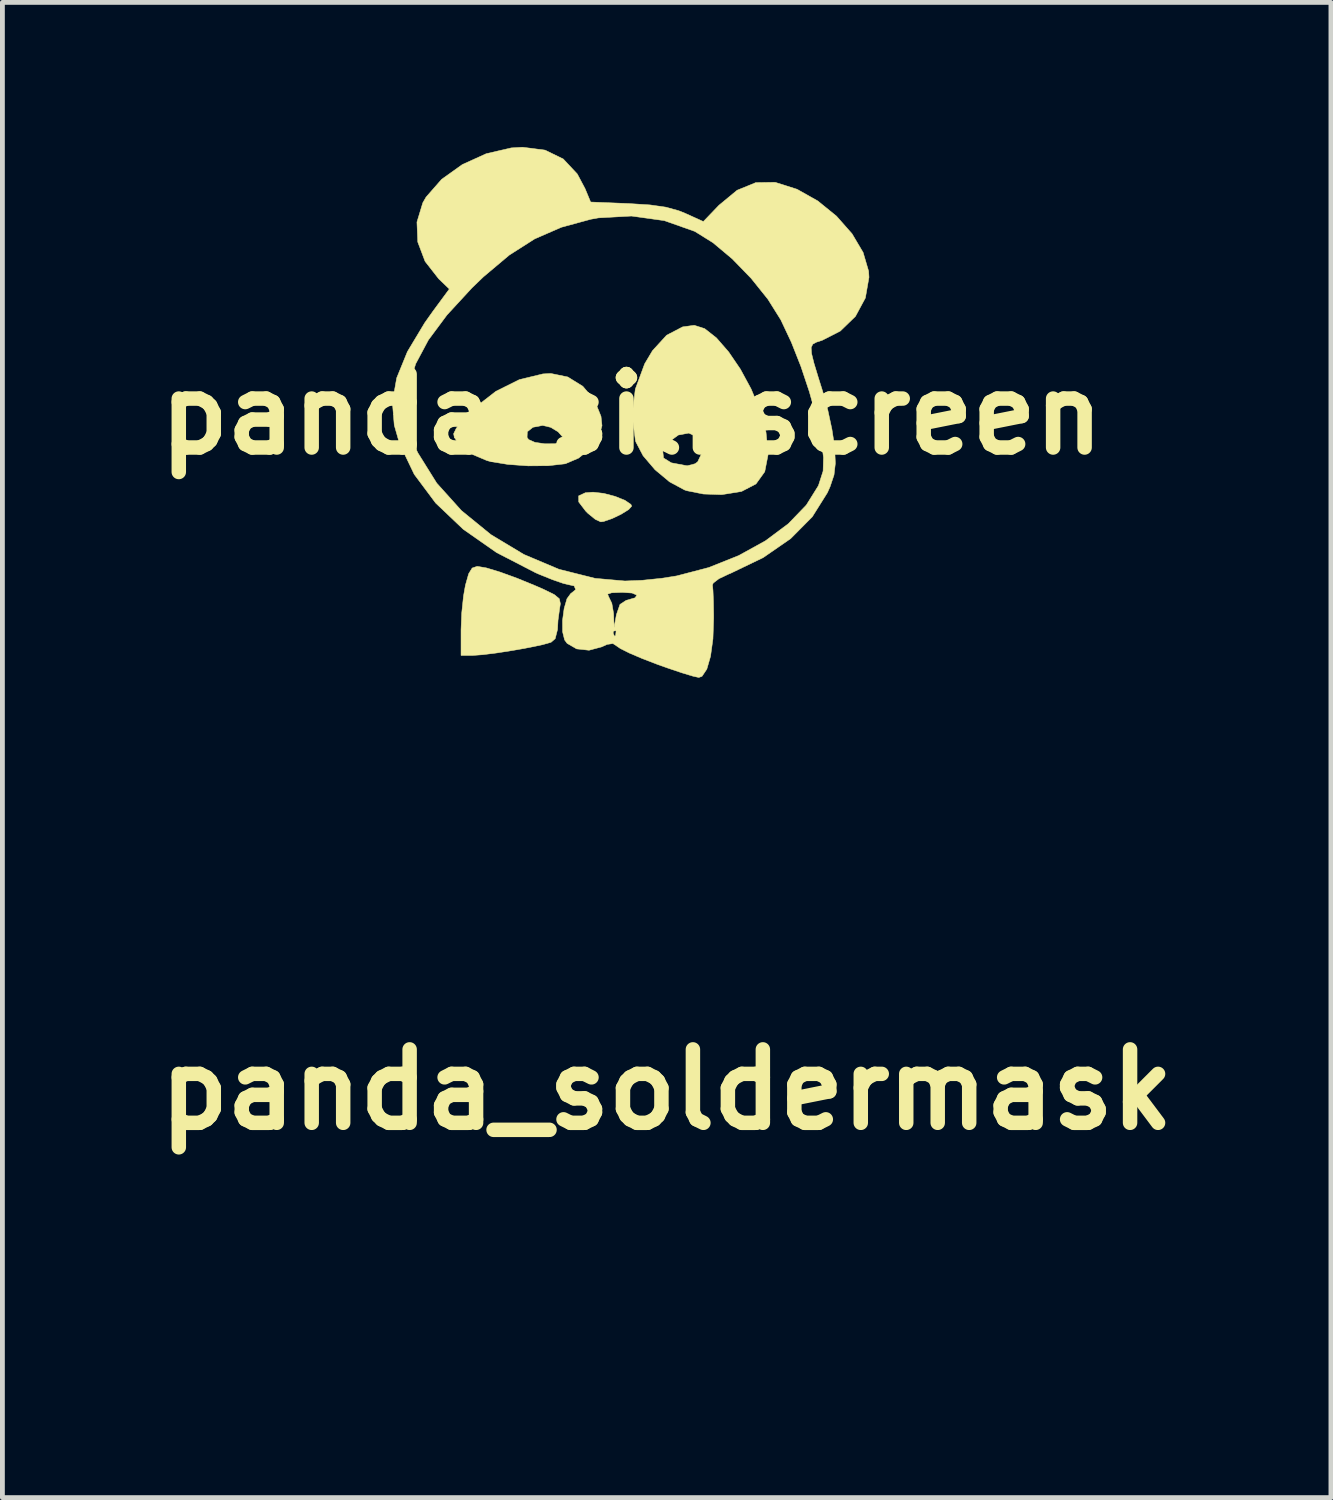
<source format=kicad_pcb>
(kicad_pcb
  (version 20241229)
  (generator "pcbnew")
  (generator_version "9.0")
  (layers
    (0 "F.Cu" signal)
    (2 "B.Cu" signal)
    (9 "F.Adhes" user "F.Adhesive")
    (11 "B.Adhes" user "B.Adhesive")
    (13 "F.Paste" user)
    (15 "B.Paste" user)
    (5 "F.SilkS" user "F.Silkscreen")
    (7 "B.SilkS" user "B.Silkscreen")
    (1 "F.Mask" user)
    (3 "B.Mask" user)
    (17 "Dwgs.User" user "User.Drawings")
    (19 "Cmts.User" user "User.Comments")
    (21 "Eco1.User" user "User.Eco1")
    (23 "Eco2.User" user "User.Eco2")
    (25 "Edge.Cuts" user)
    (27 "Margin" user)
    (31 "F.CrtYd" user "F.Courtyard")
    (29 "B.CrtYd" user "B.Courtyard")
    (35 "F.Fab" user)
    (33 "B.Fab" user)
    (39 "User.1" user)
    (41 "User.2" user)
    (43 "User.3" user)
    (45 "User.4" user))
  (footprint "panda_silkscreen"
    (layer "F.Cu")
    (at 10.058 5.547)
    (property "Reference" "panda_silkscreen" (at 0 0 0) (layer "F.SilkS") (effects (font (size 1.524 1.524) (thickness 0.3))))
    (attr through_hole)
    (fp_poly (pts (xy -0.581 1.641) (xy -0.344 1.703) (xy -0.14 1.785) (xy -0.016 1.87) (xy 0 1.906) (xy -0.063 1.977) (xy -0.218 2.073) (xy -0.408 2.164) (xy -0.579 2.223) (xy -0.642 2.232) (xy -0.755 2.18) (xy -0.912 2.052) (xy -0.956 2.007) (xy -1.099 1.819) (xy -1.101 1.693) (xy -0.962 1.628) (xy -0.801 1.616) (xy -0.581 1.641)) (stroke (width 0.01) (type solid)) (fill yes) (layer "F.SilkS"))
    (fp_poly (pts (xy -3.017 3.187) (xy -2.73 3.274) (xy -2.373 3.404) (xy -1.981 3.565) (xy -1.822 3.635) (xy -1.606 3.741) (xy -1.502 3.827) (xy -1.48 3.93) (xy -1.495 4.028) (xy -1.529 4.277) (xy -1.539 4.466) (xy -1.588 4.657) (xy -1.674 4.731) (xy -1.847 4.78) (xy -2.123 4.838) (xy -2.455 4.898) (xy -2.793 4.951) (xy -3.087 4.988) (xy -3.29 5.003) (xy -3.29 5.003) (xy -3.541 5.003) (xy -3.541 4.47) (xy -3.527 4.124) (xy -3.49 3.772) (xy -3.45 3.546) (xy -3.383 3.309) (xy -3.31 3.19) (xy -3.209 3.156) (xy -3.2 3.156) (xy -3.017 3.187)) (stroke (width 0.01) (type solid)) (fill yes) (layer "F.SilkS"))
    (fp_poly (pts (xy -1.327 -0.775) (xy -1.015 -0.582) (xy -0.775 -0.299) (xy -0.637 0.042) (xy -0.616 0.237) (xy -0.683 0.474) (xy -0.859 0.712) (xy -1.102 0.909) (xy -1.374 1.025) (xy -1.389 1.028) (xy -1.732 1.067) (xy -2.148 1.07) (xy -2.567 1.04) (xy -2.923 0.982) (xy -3.004 0.96) (xy -3.316 0.828) (xy -3.552 0.66) (xy -3.68 0.481) (xy -3.68 0.48) (xy -2.171 0.48) (xy -2.138 0.525) (xy -2.008 0.582) (xy -1.803 0.612) (xy -1.593 0.611) (xy -1.45 0.575) (xy -1.437 0.564) (xy -1.431 0.473) (xy -1.526 0.364) (xy -1.679 0.271) (xy -1.845 0.231) (xy -1.85 0.231) (xy -2.049 0.269) (xy -2.166 0.362) (xy -2.171 0.48) (xy -3.68 0.48) (xy -3.695 0.404) (xy -3.641 0.292) (xy -3.501 0.113) (xy -3.303 -0.095) (xy -3.269 -0.127) (xy -2.817 -0.478) (xy -2.33 -0.72) (xy -1.843 -0.838) (xy -1.678 -0.847) (xy -1.327 -0.775)) (stroke (width 0.01) (type solid)) (fill yes) (layer "F.SilkS"))
    (fp_poly (pts (xy 1.514 -1.778) (xy 1.758 -1.586) (xy 2.01 -1.297) (xy 2.256 -0.936) (xy 2.477 -0.528) (xy 2.656 -0.1) (xy 2.777 0.324) (xy 2.788 0.379) (xy 2.83 0.839) (xy 2.761 1.192) (xy 2.579 1.445) (xy 2.279 1.601) (xy 1.868 1.667) (xy 1.486 1.654) (xy 1.141 1.585) (xy 1.096 1.569) (xy 0.786 1.402) (xy 0.485 1.151) (xy 0.237 0.86) (xy 0.186 0.763) (xy 0.645 0.763) (xy 0.661 0.907) (xy 0.823 1.007) (xy 1.132 1.065) (xy 1.158 1.067) (xy 1.315 1.026) (xy 1.37 0.985) (xy 1.453 0.809) (xy 1.44 0.601) (xy 1.37 0.477) (xy 1.186 0.39) (xy 0.968 0.43) (xy 0.773 0.573) (xy 0.645 0.763) (xy 0.186 0.763) (xy 0.086 0.573) (xy 0.078 0.546) (xy 0.009 0.022) (xy 0.075 -0.522) (xy 0.269 -1.047) (xy 0.432 -1.321) (xy 0.725 -1.641) (xy 1.057 -1.814) (xy 1.298 -1.847) (xy 1.514 -1.778)) (stroke (width 0.01) (type solid)) (fill yes) (layer "F.SilkS"))
    (fp_poly (pts (xy -1.797 -5.482) (xy -1.42 -5.298) (xy -1.129 -4.987) (xy -0.968 -4.684) (xy -0.852 -4.405) (xy -0.06 -4.373) (xy 0.38 -4.345) (xy 0.711 -4.298) (xy 0.977 -4.224) (xy 1.109 -4.171) (xy 1.487 -4) (xy 1.811 -4.338) (xy 2.187 -4.649) (xy 2.575 -4.808) (xy 2.971 -4.814) (xy 2.983 -4.812) (xy 3.431 -4.67) (xy 3.861 -4.428) (xy 4.25 -4.112) (xy 4.572 -3.747) (xy 4.802 -3.359) (xy 4.916 -2.971) (xy 4.924 -2.843) (xy 4.849 -2.414) (xy 4.643 -2.032) (xy 4.328 -1.727) (xy 3.952 -1.535) (xy 3.834 -1.497) (xy 3.758 -1.456) (xy 3.724 -1.386) (xy 3.732 -1.263) (xy 3.782 -1.061) (xy 3.875 -0.755) (xy 3.967 -0.462) (xy 4.07 -0.086) (xy 4.155 0.312) (xy 4.208 0.654) (xy 4.212 0.703) (xy 4.226 1.019) (xy 4.198 1.26) (xy 4.117 1.501) (xy 4.061 1.627) (xy 3.748 2.126) (xy 3.299 2.579) (xy 2.728 2.974) (xy 2.049 3.301) (xy 2.011 3.316) (xy 1.811 3.411) (xy 1.692 3.502) (xy 1.676 3.542) (xy 1.687 3.657) (xy 1.696 3.881) (xy 1.701 4.171) (xy 1.701 4.23) (xy 1.686 4.661) (xy 1.636 5.022) (xy 1.559 5.288) (xy 1.459 5.437) (xy 1.393 5.461) (xy 1.271 5.434) (xy 1.043 5.365) (xy 0.746 5.265) (xy 0.543 5.193) (xy 0.223 5.07) (xy -0.049 4.954) (xy -0.236 4.86) (xy -0.291 4.822) (xy -0.389 4.757) (xy -0.511 4.775) (xy -0.623 4.826) (xy -0.885 4.896) (xy -1.142 4.868) (xy -1.34 4.753) (xy -1.392 4.682) (xy -1.427 4.541) (xy -0.385 4.541) (xy -0.357 4.605) (xy -0.334 4.593) (xy -0.324 4.501) (xy -0.334 4.49) (xy -0.379 4.5) (xy -0.385 4.541) (xy -1.427 4.541) (xy -1.434 4.512) (xy -1.435 4.276) (xy -1.402 4.03) (xy -1.343 3.827) (xy -1.273 3.731) (xy -0.5 3.731) (xy -0.477 3.787) (xy -0.477 3.787) (xy -0.412 3.922) (xy -0.376 4.13) (xy -0.375 4.153) (xy -0.365 4.426) (xy -0.317 4.157) (xy -0.243 3.945) (xy -0.115 3.861) (xy 0.069 3.808) (xy 0.108 3.752) (xy 0.008 3.709) (xy -0.192 3.695) (xy -0.413 3.703) (xy -0.5 3.731) (xy -1.273 3.731) (xy -1.266 3.721) (xy -1.262 3.719) (xy -1.162 3.638) (xy -1.194 3.561) (xy -1.289 3.54) (xy -1.42 3.509) (xy -1.647 3.43) (xy -1.927 3.317) (xy -2.001 3.284) (xy -2.804 2.869) (xy -3.496 2.385) (xy -4.068 1.841) (xy -4.512 1.246) (xy -4.817 0.609) (xy -4.927 0.225) (xy -4.945 0.004) (xy -4.691 0.004) (xy -4.675 0.208) (xy -4.615 0.412) (xy -4.499 0.673) (xy -4.435 0.804) (xy -4.045 1.429) (xy -3.532 1.999) (xy -2.921 2.497) (xy -2.238 2.908) (xy -1.509 3.216) (xy -0.76 3.404) (xy -0.141 3.459) (xy 0.213 3.445) (xy 0.621 3.403) (xy 0.936 3.353) (xy 1.601 3.179) (xy 2.221 2.931) (xy 2.777 2.624) (xy 3.251 2.27) (xy 3.623 1.884) (xy 3.875 1.48) (xy 3.972 1.178) (xy 3.98 0.896) (xy 3.93 0.507) (xy 3.829 0.042) (xy 3.687 -0.467) (xy 3.513 -0.989) (xy 3.314 -1.493) (xy 3.1 -1.948) (xy 3.095 -1.959) (xy 2.827 -2.387) (xy 2.479 -2.821) (xy 2.087 -3.225) (xy 1.686 -3.561) (xy 1.312 -3.794) (xy 1.308 -3.796) (xy 0.677 -4.019) (xy -0.004 -4.114) (xy -0.69 -4.076) (xy -0.847 -4.048) (xy -1.46 -3.881) (xy -2.013 -3.64) (xy -2.54 -3.304) (xy -3.075 -2.854) (xy -3.315 -2.623) (xy -3.832 -2.062) (xy -4.218 -1.543) (xy -4.482 -1.048) (xy -4.635 -0.559) (xy -4.677 -0.257) (xy -4.691 0.004) (xy -4.945 0.004) (xy -4.966 -0.25) (xy -4.876 -0.755) (xy -4.654 -1.3) (xy -4.296 -1.896) (xy -4.132 -2.128) (xy -3.784 -2.6) (xy -4.005 -2.812) (xy -4.287 -3.173) (xy -4.439 -3.575) (xy -4.456 -3.989) (xy -4.335 -4.388) (xy -4.267 -4.507) (xy -3.944 -4.876) (xy -3.514 -5.183) (xy -3.018 -5.408) (xy -2.499 -5.528) (xy -2.264 -5.542) (xy -1.797 -5.482)) (stroke (width 0.01) (type solid)) (fill yes) (layer "F.SilkS")))
  (footprint "panda_soldermask"
    (layer "F.Cu")
    (at 10.784 19.56)
    (property "Reference" "panda_soldermask" (at 0 0 0) (layer "F.SilkS") (effects (font (size 1.524 1.524) (thickness 0.3))))
    (attr through_hole)
    (fp_poly (pts (xy -0.581 1.641) (xy -0.344 1.703) (xy -0.14 1.785) (xy -0.016 1.87) (xy 0 1.906) (xy -0.063 1.977) (xy -0.218 2.073) (xy -0.408 2.164) (xy -0.579 2.223) (xy -0.642 2.232) (xy -0.755 2.18) (xy -0.912 2.052) (xy -0.956 2.007) (xy -1.099 1.819) (xy -1.101 1.693) (xy -0.962 1.628) (xy -0.801 1.616) (xy -0.581 1.641)) (stroke (width 0.01) (type solid)) (fill yes) (layer "F.Mask"))
    (fp_poly (pts (xy -3.017 3.187) (xy -2.73 3.274) (xy -2.373 3.404) (xy -1.981 3.565) (xy -1.822 3.635) (xy -1.606 3.741) (xy -1.502 3.827) (xy -1.48 3.93) (xy -1.495 4.028) (xy -1.529 4.277) (xy -1.539 4.466) (xy -1.588 4.657) (xy -1.674 4.731) (xy -1.847 4.78) (xy -2.123 4.838) (xy -2.455 4.898) (xy -2.793 4.951) (xy -3.087 4.988) (xy -3.29 5.003) (xy -3.29 5.003) (xy -3.541 5.003) (xy -3.541 4.47) (xy -3.527 4.124) (xy -3.49 3.772) (xy -3.45 3.546) (xy -3.383 3.309) (xy -3.31 3.19) (xy -3.209 3.156) (xy -3.2 3.156) (xy -3.017 3.187)) (stroke (width 0.01) (type solid)) (fill yes) (layer "F.Mask"))
    (fp_poly (pts (xy -1.327 -0.775) (xy -1.015 -0.582) (xy -0.775 -0.299) (xy -0.637 0.042) (xy -0.616 0.237) (xy -0.683 0.474) (xy -0.859 0.712) (xy -1.102 0.909) (xy -1.374 1.025) (xy -1.389 1.028) (xy -1.732 1.067) (xy -2.148 1.07) (xy -2.567 1.04) (xy -2.923 0.982) (xy -3.004 0.96) (xy -3.316 0.828) (xy -3.552 0.66) (xy -3.68 0.481) (xy -3.68 0.48) (xy -2.171 0.48) (xy -2.138 0.525) (xy -2.008 0.582) (xy -1.803 0.612) (xy -1.593 0.611) (xy -1.45 0.575) (xy -1.437 0.564) (xy -1.431 0.473) (xy -1.526 0.364) (xy -1.679 0.271) (xy -1.845 0.231) (xy -1.85 0.231) (xy -2.049 0.269) (xy -2.166 0.362) (xy -2.171 0.48) (xy -3.68 0.48) (xy -3.695 0.404) (xy -3.641 0.292) (xy -3.501 0.113) (xy -3.303 -0.095) (xy -3.269 -0.127) (xy -2.817 -0.478) (xy -2.33 -0.72) (xy -1.843 -0.838) (xy -1.678 -0.847) (xy -1.327 -0.775)) (stroke (width 0.01) (type solid)) (fill yes) (layer "F.Mask"))
    (fp_poly (pts (xy 1.514 -1.778) (xy 1.758 -1.586) (xy 2.01 -1.297) (xy 2.256 -0.936) (xy 2.477 -0.528) (xy 2.656 -0.1) (xy 2.777 0.324) (xy 2.788 0.379) (xy 2.83 0.839) (xy 2.761 1.192) (xy 2.579 1.445) (xy 2.279 1.601) (xy 1.868 1.667) (xy 1.486 1.654) (xy 1.141 1.585) (xy 1.096 1.569) (xy 0.786 1.402) (xy 0.485 1.151) (xy 0.237 0.86) (xy 0.186 0.763) (xy 0.645 0.763) (xy 0.661 0.907) (xy 0.823 1.007) (xy 1.132 1.065) (xy 1.158 1.067) (xy 1.315 1.026) (xy 1.37 0.985) (xy 1.453 0.809) (xy 1.44 0.601) (xy 1.37 0.477) (xy 1.186 0.39) (xy 0.968 0.43) (xy 0.773 0.573) (xy 0.645 0.763) (xy 0.186 0.763) (xy 0.086 0.573) (xy 0.078 0.546) (xy 0.009 0.022) (xy 0.075 -0.522) (xy 0.269 -1.047) (xy 0.432 -1.321) (xy 0.725 -1.641) (xy 1.057 -1.814) (xy 1.298 -1.847) (xy 1.514 -1.778)) (stroke (width 0.01) (type solid)) (fill yes) (layer "F.Mask"))
    (fp_poly (pts (xy -1.797 -5.482) (xy -1.42 -5.298) (xy -1.129 -4.987) (xy -0.968 -4.684) (xy -0.852 -4.405) (xy -0.06 -4.373) (xy 0.38 -4.345) (xy 0.711 -4.298) (xy 0.977 -4.224) (xy 1.109 -4.171) (xy 1.487 -4) (xy 1.811 -4.338) (xy 2.187 -4.649) (xy 2.575 -4.808) (xy 2.971 -4.814) (xy 2.983 -4.812) (xy 3.431 -4.67) (xy 3.861 -4.428) (xy 4.25 -4.112) (xy 4.572 -3.747) (xy 4.802 -3.359) (xy 4.916 -2.971) (xy 4.924 -2.843) (xy 4.849 -2.414) (xy 4.643 -2.032) (xy 4.328 -1.727) (xy 3.952 -1.535) (xy 3.834 -1.497) (xy 3.758 -1.456) (xy 3.724 -1.386) (xy 3.732 -1.263) (xy 3.782 -1.061) (xy 3.875 -0.755) (xy 3.967 -0.462) (xy 4.07 -0.086) (xy 4.155 0.312) (xy 4.208 0.654) (xy 4.212 0.703) (xy 4.226 1.019) (xy 4.198 1.26) (xy 4.117 1.501) (xy 4.061 1.627) (xy 3.748 2.126) (xy 3.299 2.579) (xy 2.728 2.974) (xy 2.049 3.301) (xy 2.011 3.316) (xy 1.811 3.411) (xy 1.692 3.502) (xy 1.676 3.542) (xy 1.687 3.657) (xy 1.696 3.881) (xy 1.701 4.171) (xy 1.701 4.23) (xy 1.686 4.661) (xy 1.636 5.022) (xy 1.559 5.288) (xy 1.459 5.437) (xy 1.393 5.461) (xy 1.271 5.434) (xy 1.043 5.365) (xy 0.746 5.265) (xy 0.543 5.193) (xy 0.223 5.07) (xy -0.049 4.954) (xy -0.236 4.86) (xy -0.291 4.822) (xy -0.389 4.757) (xy -0.511 4.775) (xy -0.623 4.826) (xy -0.885 4.896) (xy -1.142 4.868) (xy -1.34 4.753) (xy -1.392 4.682) (xy -1.427 4.541) (xy -0.385 4.541) (xy -0.357 4.605) (xy -0.334 4.593) (xy -0.324 4.501) (xy -0.334 4.49) (xy -0.379 4.5) (xy -0.385 4.541) (xy -1.427 4.541) (xy -1.434 4.512) (xy -1.435 4.276) (xy -1.402 4.03) (xy -1.343 3.827) (xy -1.273 3.731) (xy -0.5 3.731) (xy -0.477 3.787) (xy -0.477 3.787) (xy -0.412 3.922) (xy -0.376 4.13) (xy -0.375 4.153) (xy -0.365 4.426) (xy -0.317 4.157) (xy -0.243 3.945) (xy -0.115 3.861) (xy 0.069 3.808) (xy 0.108 3.752) (xy 0.008 3.709) (xy -0.192 3.695) (xy -0.413 3.703) (xy -0.5 3.731) (xy -1.273 3.731) (xy -1.266 3.721) (xy -1.262 3.719) (xy -1.162 3.638) (xy -1.194 3.561) (xy -1.289 3.54) (xy -1.42 3.509) (xy -1.647 3.43) (xy -1.927 3.317) (xy -2.001 3.284) (xy -2.804 2.869) (xy -3.496 2.385) (xy -4.068 1.841) (xy -4.512 1.246) (xy -4.817 0.609) (xy -4.927 0.225) (xy -4.945 0.004) (xy -4.691 0.004) (xy -4.675 0.208) (xy -4.615 0.412) (xy -4.499 0.673) (xy -4.435 0.804) (xy -4.045 1.429) (xy -3.532 1.999) (xy -2.921 2.497) (xy -2.238 2.908) (xy -1.509 3.216) (xy -0.76 3.404) (xy -0.141 3.459) (xy 0.213 3.445) (xy 0.621 3.403) (xy 0.936 3.353) (xy 1.601 3.179) (xy 2.221 2.931) (xy 2.777 2.624) (xy 3.251 2.27) (xy 3.623 1.884) (xy 3.875 1.48) (xy 3.972 1.178) (xy 3.98 0.896) (xy 3.93 0.507) (xy 3.829 0.042) (xy 3.687 -0.467) (xy 3.513 -0.989) (xy 3.314 -1.493) (xy 3.1 -1.948) (xy 3.095 -1.959) (xy 2.827 -2.387) (xy 2.479 -2.821) (xy 2.087 -3.225) (xy 1.686 -3.561) (xy 1.312 -3.794) (xy 1.308 -3.796) (xy 0.677 -4.019) (xy -0.004 -4.114) (xy -0.69 -4.076) (xy -0.847 -4.048) (xy -1.46 -3.881) (xy -2.013 -3.64) (xy -2.54 -3.304) (xy -3.075 -2.854) (xy -3.315 -2.623) (xy -3.832 -2.062) (xy -4.218 -1.543) (xy -4.482 -1.048) (xy -4.635 -0.559) (xy -4.677 -0.257) (xy -4.691 0.004) (xy -4.945 0.004) (xy -4.966 -0.25) (xy -4.876 -0.755) (xy -4.654 -1.3) (xy -4.296 -1.896) (xy -4.132 -2.128) (xy -3.784 -2.6) (xy -4.005 -2.812) (xy -4.287 -3.173) (xy -4.439 -3.575) (xy -4.456 -3.989) (xy -4.335 -4.388) (xy -4.267 -4.507) (xy -3.944 -4.876) (xy -3.514 -5.183) (xy -3.018 -5.408) (xy -2.499 -5.528) (xy -2.264 -5.542) (xy -1.797 -5.482)) (stroke (width 0.01) (type solid)) (fill yes) (layer "F.Mask")))
  (gr_rect
    (start -3 -3)
    (end 24.568 28.026)
    (stroke (width 0.1) (type default))
    (fill no)
    (layer "Edge.Cuts")))
</source>
